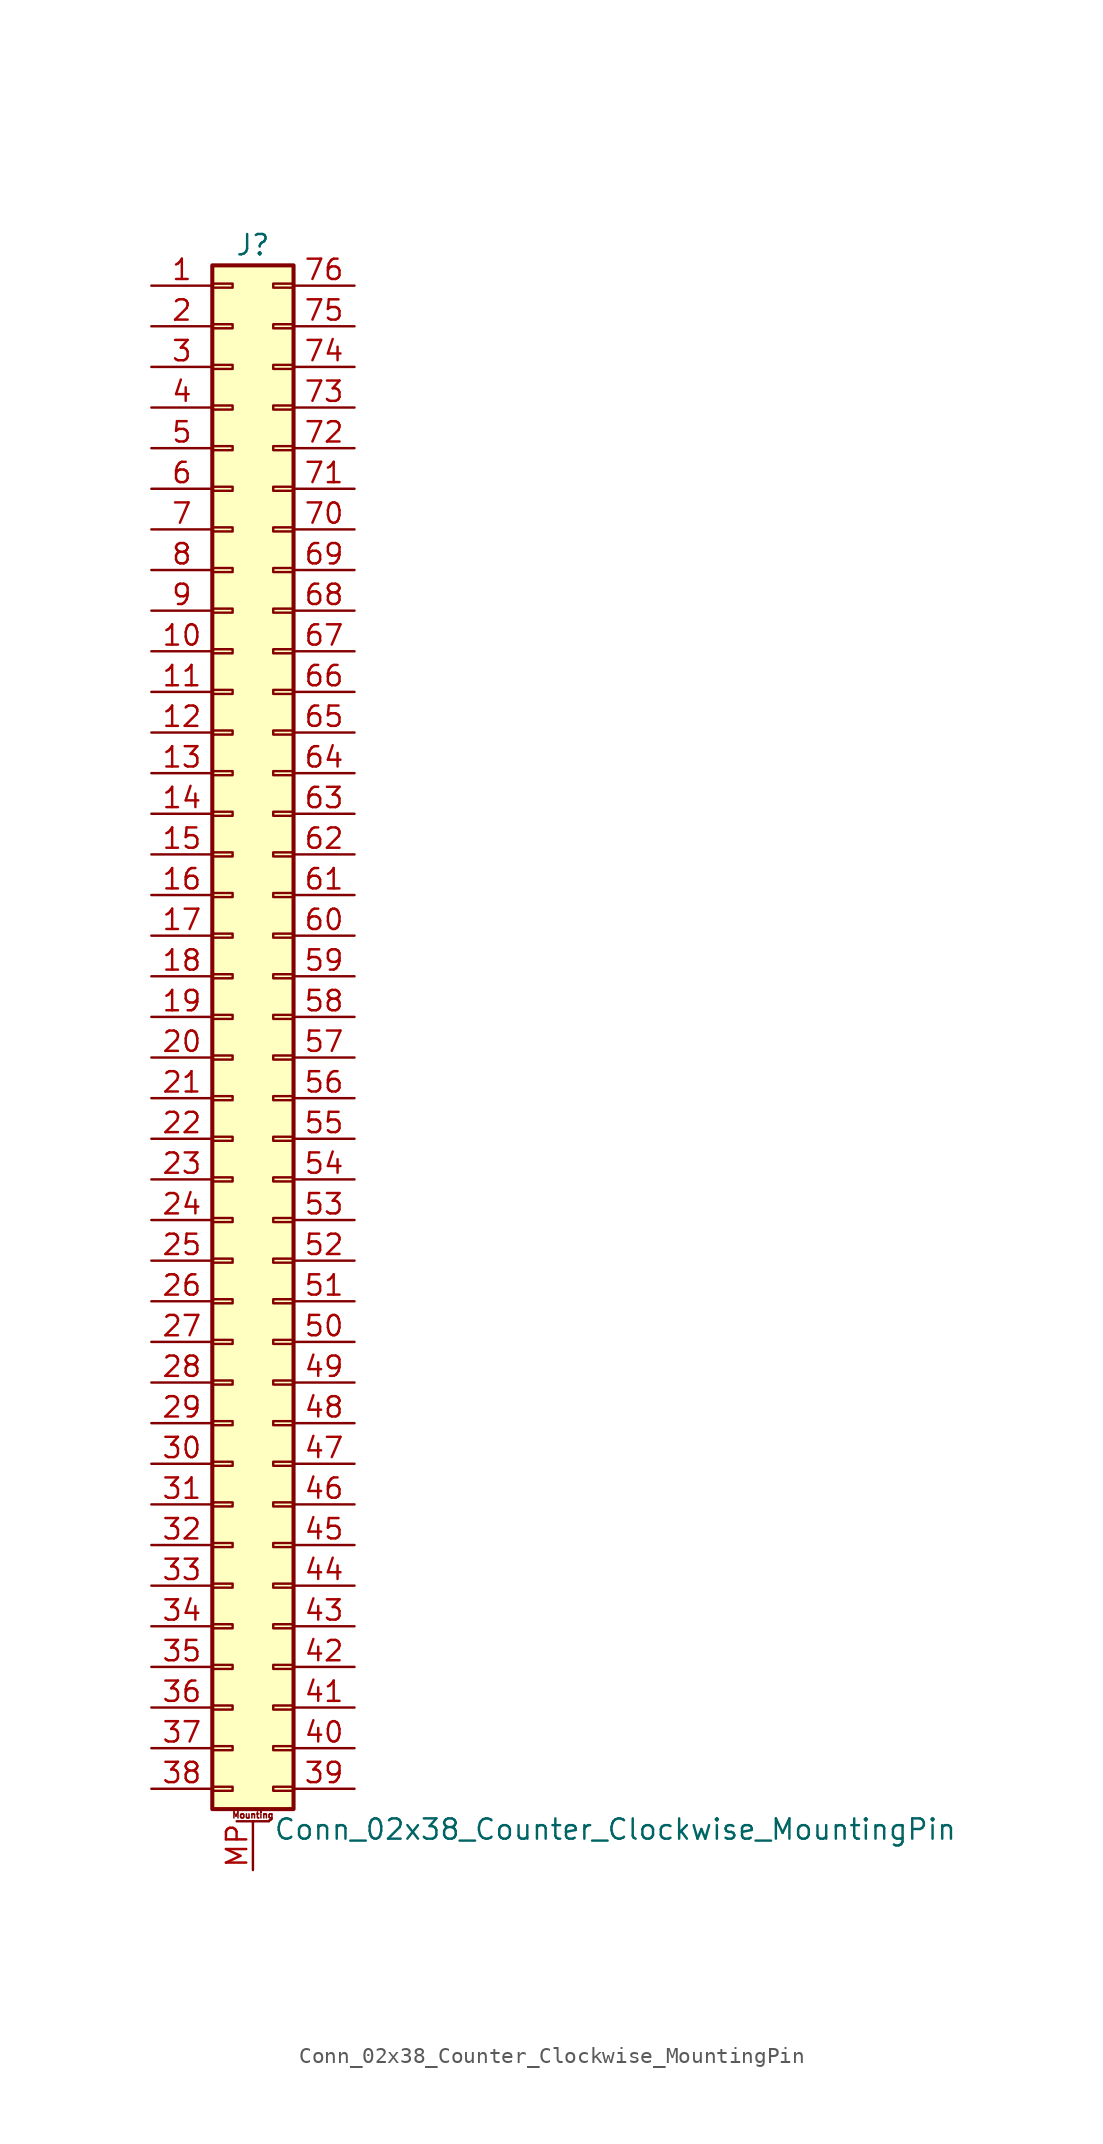
<source format=kicad_sym>
(kicad_symbol_lib
  (version 20220914)
  (generator kicad_symbol_editor)
  (symbol "Conn_02x38_Counter_Clockwise_MountingPin"
    (pin_names
      (offset 1.016) hide)
    (property "Reference" "J"
      (at 1.27 48.26 0)
      (effects (font (size 1.27 1.27))))
    (property "Value" "Conn_02x38_Counter_Clockwise_MountingPin"
      (at 2.54 -50.8 0)
      (effects (font (size 1.27 1.27)) (justify left)))
    (symbol "Conn_02x38_Counter_Clockwise_MountingPin_1_1"
      (rectangle (start -1.27 -48.133) (end 0 -48.387) (stroke (width 0.152) (type default)) (fill (type none)))
      (rectangle (start -1.27 -45.593) (end 0 -45.847) (stroke (width 0.152) (type default)) (fill (type none)))
      (rectangle (start -1.27 -43.053) (end 0 -43.307) (stroke (width 0.152) (type default)) (fill (type none)))
      (rectangle (start -1.27 -40.513) (end 0 -40.767) (stroke (width 0.152) (type default)) (fill (type none)))
      (rectangle (start -1.27 -37.973) (end 0 -38.227) (stroke (width 0.152) (type default)) (fill (type none)))
      (rectangle (start -1.27 -35.433) (end 0 -35.687) (stroke (width 0.152) (type default)) (fill (type none)))
      (rectangle (start -1.27 -32.893) (end 0 -33.147) (stroke (width 0.152) (type default)) (fill (type none)))
      (rectangle (start -1.27 -30.353) (end 0 -30.607) (stroke (width 0.152) (type default)) (fill (type none)))
      (rectangle (start -1.27 -27.813) (end 0 -28.067) (stroke (width 0.152) (type default)) (fill (type none)))
      (rectangle (start -1.27 -25.273) (end 0 -25.527) (stroke (width 0.152) (type default)) (fill (type none)))
      (rectangle (start -1.27 -22.733) (end 0 -22.987) (stroke (width 0.152) (type default)) (fill (type none)))
      (rectangle (start -1.27 -20.193) (end 0 -20.447) (stroke (width 0.152) (type default)) (fill (type none)))
      (rectangle (start -1.27 -17.653) (end 0 -17.907) (stroke (width 0.152) (type default)) (fill (type none)))
      (rectangle (start -1.27 -15.113) (end 0 -15.367) (stroke (width 0.152) (type default)) (fill (type none)))
      (rectangle (start -1.27 -12.573) (end 0 -12.827) (stroke (width 0.152) (type default)) (fill (type none)))
      (rectangle (start -1.27 -10.033) (end 0 -10.287) (stroke (width 0.152) (type default)) (fill (type none)))
      (rectangle (start -1.27 -7.493) (end 0 -7.747) (stroke (width 0.152) (type default)) (fill (type none)))
      (rectangle (start -1.27 -4.953) (end 0 -5.207) (stroke (width 0.152) (type default)) (fill (type none)))
      (rectangle (start -1.27 -2.413) (end 0 -2.667) (stroke (width 0.152) (type default)) (fill (type none)))
      (rectangle (start -1.27 0.127) (end 0 -0.127) (stroke (width 0.152) (type default)) (fill (type none)))
      (rectangle (start -1.27 2.667) (end 0 2.413) (stroke (width 0.152) (type default)) (fill (type none)))
      (rectangle (start -1.27 5.207) (end 0 4.953) (stroke (width 0.152) (type default)) (fill (type none)))
      (rectangle (start -1.27 7.747) (end 0 7.493) (stroke (width 0.152) (type default)) (fill (type none)))
      (rectangle (start -1.27 10.287) (end 0 10.033) (stroke (width 0.152) (type default)) (fill (type none)))
      (rectangle (start -1.27 12.827) (end 0 12.573) (stroke (width 0.152) (type default)) (fill (type none)))
      (rectangle (start -1.27 15.367) (end 0 15.113) (stroke (width 0.152) (type default)) (fill (type none)))
      (rectangle (start -1.27 17.907) (end 0 17.653) (stroke (width 0.152) (type default)) (fill (type none)))
      (rectangle (start -1.27 20.447) (end 0 20.193) (stroke (width 0.152) (type default)) (fill (type none)))
      (rectangle (start -1.27 22.987) (end 0 22.733) (stroke (width 0.152) (type default)) (fill (type none)))
      (rectangle (start -1.27 25.527) (end 0 25.273) (stroke (width 0.152) (type default)) (fill (type none)))
      (rectangle (start -1.27 28.067) (end 0 27.813) (stroke (width 0.152) (type default)) (fill (type none)))
      (rectangle (start -1.27 30.607) (end 0 30.353) (stroke (width 0.152) (type default)) (fill (type none)))
      (rectangle (start -1.27 33.147) (end 0 32.893) (stroke (width 0.152) (type default)) (fill (type none)))
      (rectangle (start -1.27 35.687) (end 0 35.433) (stroke (width 0.152) (type default)) (fill (type none)))
      (rectangle (start -1.27 38.227) (end 0 37.973) (stroke (width 0.152) (type default)) (fill (type none)))
      (rectangle (start -1.27 40.767) (end 0 40.513) (stroke (width 0.152) (type default)) (fill (type none)))
      (rectangle (start -1.27 43.307) (end 0 43.053) (stroke (width 0.152) (type default)) (fill (type none)))
      (rectangle (start -1.27 45.847) (end 0 45.593) (stroke (width 0.152) (type default)) (fill (type none)))
      (rectangle (start -1.27 46.99) (end 3.81 -49.53) (stroke (width 0.254) (type default)) (fill (type background)))
      (polyline (pts (xy 0.254 -50.292) (xy 2.286 -50.292)) (stroke (width 0.152) (type default)) (fill (type none)))
      (rectangle (start 3.81 -48.133) (end 2.54 -48.387) (stroke (width 0.152) (type default)) (fill (type none)))
      (rectangle (start 3.81 -45.593) (end 2.54 -45.847) (stroke (width 0.152) (type default)) (fill (type none)))
      (rectangle (start 3.81 -43.053) (end 2.54 -43.307) (stroke (width 0.152) (type default)) (fill (type none)))
      (rectangle (start 3.81 -40.513) (end 2.54 -40.767) (stroke (width 0.152) (type default)) (fill (type none)))
      (rectangle (start 3.81 -37.973) (end 2.54 -38.227) (stroke (width 0.152) (type default)) (fill (type none)))
      (rectangle (start 3.81 -35.433) (end 2.54 -35.687) (stroke (width 0.152) (type default)) (fill (type none)))
      (rectangle (start 3.81 -32.893) (end 2.54 -33.147) (stroke (width 0.152) (type default)) (fill (type none)))
      (rectangle (start 3.81 -30.353) (end 2.54 -30.607) (stroke (width 0.152) (type default)) (fill (type none)))
      (rectangle (start 3.81 -27.813) (end 2.54 -28.067) (stroke (width 0.152) (type default)) (fill (type none)))
      (rectangle (start 3.81 -25.273) (end 2.54 -25.527) (stroke (width 0.152) (type default)) (fill (type none)))
      (rectangle (start 3.81 -22.733) (end 2.54 -22.987) (stroke (width 0.152) (type default)) (fill (type none)))
      (rectangle (start 3.81 -20.193) (end 2.54 -20.447) (stroke (width 0.152) (type default)) (fill (type none)))
      (rectangle (start 3.81 -17.653) (end 2.54 -17.907) (stroke (width 0.152) (type default)) (fill (type none)))
      (rectangle (start 3.81 -15.113) (end 2.54 -15.367) (stroke (width 0.152) (type default)) (fill (type none)))
      (rectangle (start 3.81 -12.573) (end 2.54 -12.827) (stroke (width 0.152) (type default)) (fill (type none)))
      (rectangle (start 3.81 -10.033) (end 2.54 -10.287) (stroke (width 0.152) (type default)) (fill (type none)))
      (rectangle (start 3.81 -7.493) (end 2.54 -7.747) (stroke (width 0.152) (type default)) (fill (type none)))
      (rectangle (start 3.81 -4.953) (end 2.54 -5.207) (stroke (width 0.152) (type default)) (fill (type none)))
      (rectangle (start 3.81 -2.413) (end 2.54 -2.667) (stroke (width 0.152) (type default)) (fill (type none)))
      (rectangle (start 3.81 0.127) (end 2.54 -0.127) (stroke (width 0.152) (type default)) (fill (type none)))
      (rectangle (start 3.81 2.667) (end 2.54 2.413) (stroke (width 0.152) (type default)) (fill (type none)))
      (rectangle (start 3.81 5.207) (end 2.54 4.953) (stroke (width 0.152) (type default)) (fill (type none)))
      (rectangle (start 3.81 7.747) (end 2.54 7.493) (stroke (width 0.152) (type default)) (fill (type none)))
      (rectangle (start 3.81 10.287) (end 2.54 10.033) (stroke (width 0.152) (type default)) (fill (type none)))
      (rectangle (start 3.81 12.827) (end 2.54 12.573) (stroke (width 0.152) (type default)) (fill (type none)))
      (rectangle (start 3.81 15.367) (end 2.54 15.113) (stroke (width 0.152) (type default)) (fill (type none)))
      (rectangle (start 3.81 17.907) (end 2.54 17.653) (stroke (width 0.152) (type default)) (fill (type none)))
      (rectangle (start 3.81 20.447) (end 2.54 20.193) (stroke (width 0.152) (type default)) (fill (type none)))
      (rectangle (start 3.81 22.987) (end 2.54 22.733) (stroke (width 0.152) (type default)) (fill (type none)))
      (rectangle (start 3.81 25.527) (end 2.54 25.273) (stroke (width 0.152) (type default)) (fill (type none)))
      (rectangle (start 3.81 28.067) (end 2.54 27.813) (stroke (width 0.152) (type default)) (fill (type none)))
      (rectangle (start 3.81 30.607) (end 2.54 30.353) (stroke (width 0.152) (type default)) (fill (type none)))
      (rectangle (start 3.81 33.147) (end 2.54 32.893) (stroke (width 0.152) (type default)) (fill (type none)))
      (rectangle (start 3.81 35.687) (end 2.54 35.433) (stroke (width 0.152) (type default)) (fill (type none)))
      (rectangle (start 3.81 38.227) (end 2.54 37.973) (stroke (width 0.152) (type default)) (fill (type none)))
      (rectangle (start 3.81 40.767) (end 2.54 40.513) (stroke (width 0.152) (type default)) (fill (type none)))
      (rectangle (start 3.81 43.307) (end 2.54 43.053) (stroke (width 0.152) (type default)) (fill (type none)))
      (rectangle (start 3.81 45.847) (end 2.54 45.593) (stroke (width 0.152) (type default)) (fill (type none)))
      (text "Mounting" (at 1.27 -49.911 0) (effects (font (size 0.381 0.381))))
      (pin passive line (at -5.08 45.72 0) (length 3.81) (name "Pin_1" (effects (font (size 1.27 1.27)))) (number "1" (effects (font (size 1.27 1.27)))))
      (pin passive line (at -5.08 22.86 0) (length 3.81) (name "Pin_10" (effects (font (size 1.27 1.27)))) (number "10" (effects (font (size 1.27 1.27)))))
      (pin passive line (at -5.08 20.32 0) (length 3.81) (name "Pin_11" (effects (font (size 1.27 1.27)))) (number "11" (effects (font (size 1.27 1.27)))))
      (pin passive line (at -5.08 17.78 0) (length 3.81) (name "Pin_12" (effects (font (size 1.27 1.27)))) (number "12" (effects (font (size 1.27 1.27)))))
      (pin passive line (at -5.08 15.24 0) (length 3.81) (name "Pin_13" (effects (font (size 1.27 1.27)))) (number "13" (effects (font (size 1.27 1.27)))))
      (pin passive line (at -5.08 12.7 0) (length 3.81) (name "Pin_14" (effects (font (size 1.27 1.27)))) (number "14" (effects (font (size 1.27 1.27)))))
      (pin passive line (at -5.08 10.16 0) (length 3.81) (name "Pin_15" (effects (font (size 1.27 1.27)))) (number "15" (effects (font (size 1.27 1.27)))))
      (pin passive line (at -5.08 7.62 0) (length 3.81) (name "Pin_16" (effects (font (size 1.27 1.27)))) (number "16" (effects (font (size 1.27 1.27)))))
      (pin passive line (at -5.08 5.08 0) (length 3.81) (name "Pin_17" (effects (font (size 1.27 1.27)))) (number "17" (effects (font (size 1.27 1.27)))))
      (pin passive line (at -5.08 2.54 0) (length 3.81) (name "Pin_18" (effects (font (size 1.27 1.27)))) (number "18" (effects (font (size 1.27 1.27)))))
      (pin passive line (at -5.08 0 0) (length 3.81) (name "Pin_19" (effects (font (size 1.27 1.27)))) (number "19" (effects (font (size 1.27 1.27)))))
      (pin passive line (at -5.08 43.18 0) (length 3.81) (name "Pin_2" (effects (font (size 1.27 1.27)))) (number "2" (effects (font (size 1.27 1.27)))))
      (pin passive line (at -5.08 -2.54 0) (length 3.81) (name "Pin_20" (effects (font (size 1.27 1.27)))) (number "20" (effects (font (size 1.27 1.27)))))
      (pin passive line (at -5.08 -5.08 0) (length 3.81) (name "Pin_21" (effects (font (size 1.27 1.27)))) (number "21" (effects (font (size 1.27 1.27)))))
      (pin passive line (at -5.08 -7.62 0) (length 3.81) (name "Pin_22" (effects (font (size 1.27 1.27)))) (number "22" (effects (font (size 1.27 1.27)))))
      (pin passive line (at -5.08 -10.16 0) (length 3.81) (name "Pin_23" (effects (font (size 1.27 1.27)))) (number "23" (effects (font (size 1.27 1.27)))))
      (pin passive line (at -5.08 -12.7 0) (length 3.81) (name "Pin_24" (effects (font (size 1.27 1.27)))) (number "24" (effects (font (size 1.27 1.27)))))
      (pin passive line (at -5.08 -15.24 0) (length 3.81) (name "Pin_25" (effects (font (size 1.27 1.27)))) (number "25" (effects (font (size 1.27 1.27)))))
      (pin passive line (at -5.08 -17.78 0) (length 3.81) (name "Pin_26" (effects (font (size 1.27 1.27)))) (number "26" (effects (font (size 1.27 1.27)))))
      (pin passive line (at -5.08 -20.32 0) (length 3.81) (name "Pin_27" (effects (font (size 1.27 1.27)))) (number "27" (effects (font (size 1.27 1.27)))))
      (pin passive line (at -5.08 -22.86 0) (length 3.81) (name "Pin_28" (effects (font (size 1.27 1.27)))) (number "28" (effects (font (size 1.27 1.27)))))
      (pin passive line (at -5.08 -25.4 0) (length 3.81) (name "Pin_29" (effects (font (size 1.27 1.27)))) (number "29" (effects (font (size 1.27 1.27)))))
      (pin passive line (at -5.08 40.64 0) (length 3.81) (name "Pin_3" (effects (font (size 1.27 1.27)))) (number "3" (effects (font (size 1.27 1.27)))))
      (pin passive line (at -5.08 -27.94 0) (length 3.81) (name "Pin_30" (effects (font (size 1.27 1.27)))) (number "30" (effects (font (size 1.27 1.27)))))
      (pin passive line (at -5.08 -30.48 0) (length 3.81) (name "Pin_31" (effects (font (size 1.27 1.27)))) (number "31" (effects (font (size 1.27 1.27)))))
      (pin passive line (at -5.08 -33.02 0) (length 3.81) (name "Pin_32" (effects (font (size 1.27 1.27)))) (number "32" (effects (font (size 1.27 1.27)))))
      (pin passive line (at -5.08 -35.56 0) (length 3.81) (name "Pin_33" (effects (font (size 1.27 1.27)))) (number "33" (effects (font (size 1.27 1.27)))))
      (pin passive line (at -5.08 -38.1 0) (length 3.81) (name "Pin_34" (effects (font (size 1.27 1.27)))) (number "34" (effects (font (size 1.27 1.27)))))
      (pin passive line (at -5.08 -40.64 0) (length 3.81) (name "Pin_35" (effects (font (size 1.27 1.27)))) (number "35" (effects (font (size 1.27 1.27)))))
      (pin passive line (at -5.08 -43.18 0) (length 3.81) (name "Pin_36" (effects (font (size 1.27 1.27)))) (number "36" (effects (font (size 1.27 1.27)))))
      (pin passive line (at -5.08 -45.72 0) (length 3.81) (name "Pin_37" (effects (font (size 1.27 1.27)))) (number "37" (effects (font (size 1.27 1.27)))))
      (pin passive line (at -5.08 -48.26 0) (length 3.81) (name "Pin_38" (effects (font (size 1.27 1.27)))) (number "38" (effects (font (size 1.27 1.27)))))
      (pin passive line (at 7.62 -48.26 180) (length 3.81) (name "Pin_39" (effects (font (size 1.27 1.27)))) (number "39" (effects (font (size 1.27 1.27)))))
      (pin passive line (at -5.08 38.1 0) (length 3.81) (name "Pin_4" (effects (font (size 1.27 1.27)))) (number "4" (effects (font (size 1.27 1.27)))))
      (pin passive line (at 7.62 -45.72 180) (length 3.81) (name "Pin_40" (effects (font (size 1.27 1.27)))) (number "40" (effects (font (size 1.27 1.27)))))
      (pin passive line (at 7.62 -43.18 180) (length 3.81) (name "Pin_41" (effects (font (size 1.27 1.27)))) (number "41" (effects (font (size 1.27 1.27)))))
      (pin passive line (at 7.62 -40.64 180) (length 3.81) (name "Pin_42" (effects (font (size 1.27 1.27)))) (number "42" (effects (font (size 1.27 1.27)))))
      (pin passive line (at 7.62 -38.1 180) (length 3.81) (name "Pin_43" (effects (font (size 1.27 1.27)))) (number "43" (effects (font (size 1.27 1.27)))))
      (pin passive line (at 7.62 -35.56 180) (length 3.81) (name "Pin_44" (effects (font (size 1.27 1.27)))) (number "44" (effects (font (size 1.27 1.27)))))
      (pin passive line (at 7.62 -33.02 180) (length 3.81) (name "Pin_45" (effects (font (size 1.27 1.27)))) (number "45" (effects (font (size 1.27 1.27)))))
      (pin passive line (at 7.62 -30.48 180) (length 3.81) (name "Pin_46" (effects (font (size 1.27 1.27)))) (number "46" (effects (font (size 1.27 1.27)))))
      (pin passive line (at 7.62 -27.94 180) (length 3.81) (name "Pin_47" (effects (font (size 1.27 1.27)))) (number "47" (effects (font (size 1.27 1.27)))))
      (pin passive line (at 7.62 -25.4 180) (length 3.81) (name "Pin_48" (effects (font (size 1.27 1.27)))) (number "48" (effects (font (size 1.27 1.27)))))
      (pin passive line (at 7.62 -22.86 180) (length 3.81) (name "Pin_49" (effects (font (size 1.27 1.27)))) (number "49" (effects (font (size 1.27 1.27)))))
      (pin passive line (at -5.08 35.56 0) (length 3.81) (name "Pin_5" (effects (font (size 1.27 1.27)))) (number "5" (effects (font (size 1.27 1.27)))))
      (pin passive line (at 7.62 -20.32 180) (length 3.81) (name "Pin_50" (effects (font (size 1.27 1.27)))) (number "50" (effects (font (size 1.27 1.27)))))
      (pin passive line (at 7.62 -17.78 180) (length 3.81) (name "Pin_51" (effects (font (size 1.27 1.27)))) (number "51" (effects (font (size 1.27 1.27)))))
      (pin passive line (at 7.62 -15.24 180) (length 3.81) (name "Pin_52" (effects (font (size 1.27 1.27)))) (number "52" (effects (font (size 1.27 1.27)))))
      (pin passive line (at 7.62 -12.7 180) (length 3.81) (name "Pin_53" (effects (font (size 1.27 1.27)))) (number "53" (effects (font (size 1.27 1.27)))))
      (pin passive line (at 7.62 -10.16 180) (length 3.81) (name "Pin_54" (effects (font (size 1.27 1.27)))) (number "54" (effects (font (size 1.27 1.27)))))
      (pin passive line (at 7.62 -7.62 180) (length 3.81) (name "Pin_55" (effects (font (size 1.27 1.27)))) (number "55" (effects (font (size 1.27 1.27)))))
      (pin passive line (at 7.62 -5.08 180) (length 3.81) (name "Pin_56" (effects (font (size 1.27 1.27)))) (number "56" (effects (font (size 1.27 1.27)))))
      (pin passive line (at 7.62 -2.54 180) (length 3.81) (name "Pin_57" (effects (font (size 1.27 1.27)))) (number "57" (effects (font (size 1.27 1.27)))))
      (pin passive line (at 7.62 0 180) (length 3.81) (name "Pin_58" (effects (font (size 1.27 1.27)))) (number "58" (effects (font (size 1.27 1.27)))))
      (pin passive line (at 7.62 2.54 180) (length 3.81) (name "Pin_59" (effects (font (size 1.27 1.27)))) (number "59" (effects (font (size 1.27 1.27)))))
      (pin passive line (at -5.08 33.02 0) (length 3.81) (name "Pin_6" (effects (font (size 1.27 1.27)))) (number "6" (effects (font (size 1.27 1.27)))))
      (pin passive line (at 7.62 5.08 180) (length 3.81) (name "Pin_60" (effects (font (size 1.27 1.27)))) (number "60" (effects (font (size 1.27 1.27)))))
      (pin passive line (at 7.62 7.62 180) (length 3.81) (name "Pin_61" (effects (font (size 1.27 1.27)))) (number "61" (effects (font (size 1.27 1.27)))))
      (pin passive line (at 7.62 10.16 180) (length 3.81) (name "Pin_62" (effects (font (size 1.27 1.27)))) (number "62" (effects (font (size 1.27 1.27)))))
      (pin passive line (at 7.62 12.7 180) (length 3.81) (name "Pin_63" (effects (font (size 1.27 1.27)))) (number "63" (effects (font (size 1.27 1.27)))))
      (pin passive line (at 7.62 15.24 180) (length 3.81) (name "Pin_64" (effects (font (size 1.27 1.27)))) (number "64" (effects (font (size 1.27 1.27)))))
      (pin passive line (at 7.62 17.78 180) (length 3.81) (name "Pin_65" (effects (font (size 1.27 1.27)))) (number "65" (effects (font (size 1.27 1.27)))))
      (pin passive line (at 7.62 20.32 180) (length 3.81) (name "Pin_66" (effects (font (size 1.27 1.27)))) (number "66" (effects (font (size 1.27 1.27)))))
      (pin passive line (at 7.62 22.86 180) (length 3.81) (name "Pin_67" (effects (font (size 1.27 1.27)))) (number "67" (effects (font (size 1.27 1.27)))))
      (pin passive line (at 7.62 25.4 180) (length 3.81) (name "Pin_68" (effects (font (size 1.27 1.27)))) (number "68" (effects (font (size 1.27 1.27)))))
      (pin passive line (at 7.62 27.94 180) (length 3.81) (name "Pin_69" (effects (font (size 1.27 1.27)))) (number "69" (effects (font (size 1.27 1.27)))))
      (pin passive line (at -5.08 30.48 0) (length 3.81) (name "Pin_7" (effects (font (size 1.27 1.27)))) (number "7" (effects (font (size 1.27 1.27)))))
      (pin passive line (at 7.62 30.48 180) (length 3.81) (name "Pin_70" (effects (font (size 1.27 1.27)))) (number "70" (effects (font (size 1.27 1.27)))))
      (pin passive line (at 7.62 33.02 180) (length 3.81) (name "Pin_71" (effects (font (size 1.27 1.27)))) (number "71" (effects (font (size 1.27 1.27)))))
      (pin passive line (at 7.62 35.56 180) (length 3.81) (name "Pin_72" (effects (font (size 1.27 1.27)))) (number "72" (effects (font (size 1.27 1.27)))))
      (pin passive line (at 7.62 38.1 180) (length 3.81) (name "Pin_73" (effects (font (size 1.27 1.27)))) (number "73" (effects (font (size 1.27 1.27)))))
      (pin passive line (at 7.62 40.64 180) (length 3.81) (name "Pin_74" (effects (font (size 1.27 1.27)))) (number "74" (effects (font (size 1.27 1.27)))))
      (pin passive line (at 7.62 43.18 180) (length 3.81) (name "Pin_75" (effects (font (size 1.27 1.27)))) (number "75" (effects (font (size 1.27 1.27)))))
      (pin passive line (at 7.62 45.72 180) (length 3.81) (name "Pin_76" (effects (font (size 1.27 1.27)))) (number "76" (effects (font (size 1.27 1.27)))))
      (pin passive line (at -5.08 27.94 0) (length 3.81) (name "Pin_8" (effects (font (size 1.27 1.27)))) (number "8" (effects (font (size 1.27 1.27)))))
      (pin passive line (at -5.08 25.4 0) (length 3.81) (name "Pin_9" (effects (font (size 1.27 1.27)))) (number "9" (effects (font (size 1.27 1.27)))))
      (pin passive line (at 1.27 -53.34 90) (length 3.048) (name "MountPin" (effects (font (size 1.27 1.27)))) (number "MP" (effects (font (size 1.27 1.27))))))))
</source>
